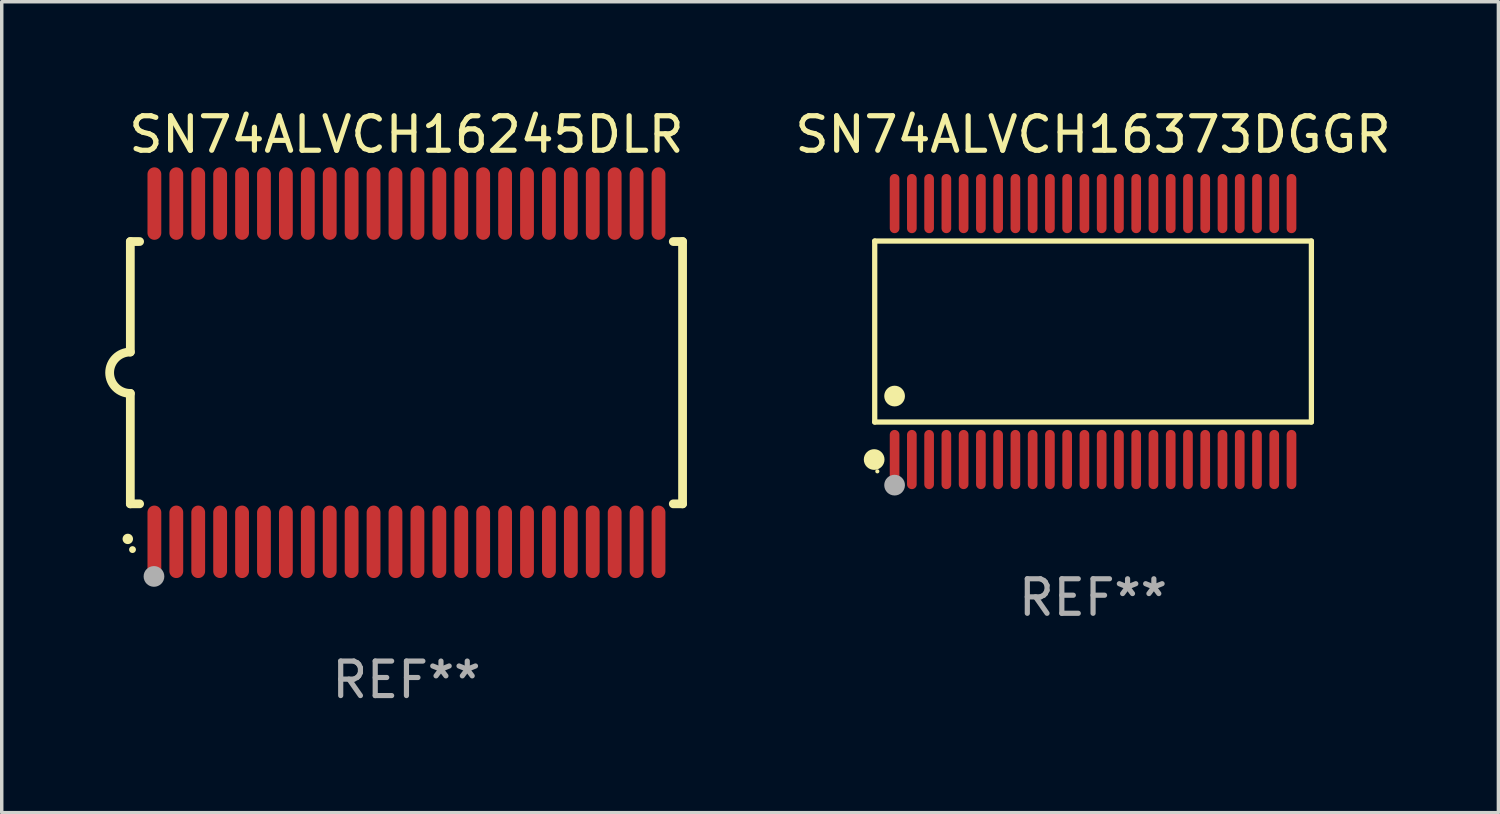
<source format=kicad_pcb>
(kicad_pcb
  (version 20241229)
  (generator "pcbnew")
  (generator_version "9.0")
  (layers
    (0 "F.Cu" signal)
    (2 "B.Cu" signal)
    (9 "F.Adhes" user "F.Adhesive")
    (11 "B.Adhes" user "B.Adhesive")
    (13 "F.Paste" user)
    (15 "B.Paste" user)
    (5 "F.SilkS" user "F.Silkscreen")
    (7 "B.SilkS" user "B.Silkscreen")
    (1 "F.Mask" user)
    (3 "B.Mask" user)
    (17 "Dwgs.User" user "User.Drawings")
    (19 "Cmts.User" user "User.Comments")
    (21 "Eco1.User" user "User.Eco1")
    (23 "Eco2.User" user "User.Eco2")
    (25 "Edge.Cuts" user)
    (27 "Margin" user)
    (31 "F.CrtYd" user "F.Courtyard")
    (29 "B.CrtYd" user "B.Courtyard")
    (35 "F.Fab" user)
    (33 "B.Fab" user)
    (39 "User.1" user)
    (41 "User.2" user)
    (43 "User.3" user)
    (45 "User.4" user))
  (footprint "SN74ALVCH16245DLR"
    (layer "F.Cu")
    (at 8.726 7.748)
    (property "Reference" "SN74ALVCH16245DLR" (at 0 -6.9 0) (layer "F.SilkS") (effects (font (size 1 1) (thickness 0.15))))
    (attr through_hole)
    (fp_line (start -8 -3.8) (end -8 -0.599) (stroke (width 0.254) (type solid)) (layer "F.SilkS"))
    (fp_line (start -8 -3.8) (end -7.731 -3.8) (stroke (width 0.254) (type solid)) (layer "F.SilkS"))
    (fp_line (start -8 3.8) (end -8 0.599) (stroke (width 0.254) (type solid)) (layer "F.SilkS"))
    (fp_line (start -7.731 3.8) (end -8 3.8) (stroke (width 0.254) (type solid)) (layer "F.SilkS"))
    (fp_line (start 7.731 -3.8) (end 8 -3.8) (stroke (width 0.254) (type solid)) (layer "F.SilkS"))
    (fp_line (start 8 -3.8) (end 8 3.8) (stroke (width 0.254) (type solid)) (layer "F.SilkS"))
    (fp_line (start 8 3.8) (end 7.731 3.8) (stroke (width 0.254) (type solid)) (layer "F.SilkS"))
    (fp_arc (start -8.074676 4.81585) (mid -8.073406 4.815845) (end -8.072136 4.81585) (stroke (width 0.3) (type solid)) (layer "F.SilkS"))
    (fp_arc (start -8.000025 0.6) (mid -8.598908 0.00056) (end -8.000027 -0.598882) (stroke (width 0.254001) (type solid)) (layer "F.SilkS"))
    (fp_circle (center -7.937 5.125) (end -7.887 5.125) (stroke (width 0.1) (type solid)) (fill no) (layer "F.SilkS"))
    (fp_circle (center -7.315 5.903) (end -7.165 5.903) (stroke (width 0.3) (type solid)) (fill no) (layer "F.Fab"))
    (fp_text user "REF**" (at 0 8.9 0) (layer "F.Fab") (effects (font (size 1 1) (thickness 0.15))))
    (pad "1" smd oval (at -7.303 4.9) (size 0.4 2.1) (layers "F.Cu" "F.Mask" "F.Paste"))
    (pad "2" smd oval (at -6.668 4.9) (size 0.4 2.1) (layers "F.Cu" "F.Mask" "F.Paste"))
    (pad "3" smd oval (at -6.033 4.9) (size 0.4 2.1) (layers "F.Cu" "F.Mask" "F.Paste"))
    (pad "4" smd oval (at -5.398 4.9) (size 0.4 2.1) (layers "F.Cu" "F.Mask" "F.Paste"))
    (pad "5" smd oval (at -4.763 4.9) (size 0.4 2.1) (layers "F.Cu" "F.Mask" "F.Paste"))
    (pad "6" smd oval (at -4.128 4.9) (size 0.4 2.1) (layers "F.Cu" "F.Mask" "F.Paste"))
    (pad "7" smd oval (at -3.493 4.9) (size 0.4 2.1) (layers "F.Cu" "F.Mask" "F.Paste"))
    (pad "8" smd oval (at -2.858 4.9) (size 0.4 2.1) (layers "F.Cu" "F.Mask" "F.Paste"))
    (pad "9" smd oval (at -2.223 4.9) (size 0.4 2.1) (layers "F.Cu" "F.Mask" "F.Paste"))
    (pad "10" smd oval (at -1.588 4.9) (size 0.4 2.1) (layers "F.Cu" "F.Mask" "F.Paste"))
    (pad "11" smd oval (at -0.953 4.9) (size 0.4 2.1) (layers "F.Cu" "F.Mask" "F.Paste"))
    (pad "12" smd oval (at -0.318 4.9) (size 0.4 2.1) (layers "F.Cu" "F.Mask" "F.Paste"))
    (pad "13" smd oval (at 0.318 4.9) (size 0.4 2.1) (layers "F.Cu" "F.Mask" "F.Paste"))
    (pad "14" smd oval (at 0.953 4.9) (size 0.4 2.1) (layers "F.Cu" "F.Mask" "F.Paste"))
    (pad "15" smd oval (at 1.588 4.9) (size 0.4 2.1) (layers "F.Cu" "F.Mask" "F.Paste"))
    (pad "16" smd oval (at 2.223 4.9) (size 0.4 2.1) (layers "F.Cu" "F.Mask" "F.Paste"))
    (pad "17" smd oval (at 2.858 4.9) (size 0.4 2.1) (layers "F.Cu" "F.Mask" "F.Paste"))
    (pad "18" smd oval (at 3.493 4.9) (size 0.4 2.1) (layers "F.Cu" "F.Mask" "F.Paste"))
    (pad "19" smd oval (at 4.128 4.9) (size 0.4 2.1) (layers "F.Cu" "F.Mask" "F.Paste"))
    (pad "20" smd oval (at 4.763 4.9) (size 0.4 2.1) (layers "F.Cu" "F.Mask" "F.Paste"))
    (pad "21" smd oval (at 5.398 4.9) (size 0.4 2.1) (layers "F.Cu" "F.Mask" "F.Paste"))
    (pad "22" smd oval (at 6.033 4.9) (size 0.4 2.1) (layers "F.Cu" "F.Mask" "F.Paste"))
    (pad "23" smd oval (at 6.668 4.9) (size 0.4 2.1) (layers "F.Cu" "F.Mask" "F.Paste"))
    (pad "24" smd oval (at 7.303 4.9) (size 0.4 2.1) (layers "F.Cu" "F.Mask" "F.Paste"))
    (pad "25" smd oval (at 7.303 -4.9 180) (size 0.4 2.1) (layers "F.Cu" "F.Mask" "F.Paste"))
    (pad "26" smd oval (at 6.668 -4.9 180) (size 0.4 2.1) (layers "F.Cu" "F.Mask" "F.Paste"))
    (pad "27" smd oval (at 6.033 -4.9 180) (size 0.4 2.1) (layers "F.Cu" "F.Mask" "F.Paste"))
    (pad "28" smd oval (at 5.398 -4.9 180) (size 0.4 2.1) (layers "F.Cu" "F.Mask" "F.Paste"))
    (pad "29" smd oval (at 4.763 -4.9 180) (size 0.4 2.1) (layers "F.Cu" "F.Mask" "F.Paste"))
    (pad "30" smd oval (at 4.128 -4.9 180) (size 0.4 2.1) (layers "F.Cu" "F.Mask" "F.Paste"))
    (pad "31" smd oval (at 3.493 -4.9 180) (size 0.4 2.1) (layers "F.Cu" "F.Mask" "F.Paste"))
    (pad "32" smd oval (at 2.858 -4.9 180) (size 0.4 2.1) (layers "F.Cu" "F.Mask" "F.Paste"))
    (pad "33" smd oval (at 2.223 -4.9 180) (size 0.4 2.1) (layers "F.Cu" "F.Mask" "F.Paste"))
    (pad "34" smd oval (at 1.588 -4.9 180) (size 0.4 2.1) (layers "F.Cu" "F.Mask" "F.Paste"))
    (pad "35" smd oval (at 0.953 -4.9 180) (size 0.4 2.1) (layers "F.Cu" "F.Mask" "F.Paste"))
    (pad "36" smd oval (at 0.318 -4.9 180) (size 0.4 2.1) (layers "F.Cu" "F.Mask" "F.Paste"))
    (pad "37" smd oval (at -0.318 -4.9 180) (size 0.4 2.1) (layers "F.Cu" "F.Mask" "F.Paste"))
    (pad "38" smd oval (at -0.953 -4.9 180) (size 0.4 2.1) (layers "F.Cu" "F.Mask" "F.Paste"))
    (pad "39" smd oval (at -1.588 -4.9 180) (size 0.4 2.1) (layers "F.Cu" "F.Mask" "F.Paste"))
    (pad "40" smd oval (at -2.223 -4.9 180) (size 0.4 2.1) (layers "F.Cu" "F.Mask" "F.Paste"))
    (pad "41" smd oval (at -2.858 -4.9 180) (size 0.4 2.1) (layers "F.Cu" "F.Mask" "F.Paste"))
    (pad "42" smd oval (at -3.493 -4.9 180) (size 0.4 2.1) (layers "F.Cu" "F.Mask" "F.Paste"))
    (pad "43" smd oval (at -4.128 -4.9 180) (size 0.4 2.1) (layers "F.Cu" "F.Mask" "F.Paste"))
    (pad "44" smd oval (at -4.763 -4.9 180) (size 0.4 2.1) (layers "F.Cu" "F.Mask" "F.Paste"))
    (pad "45" smd oval (at -5.398 -4.9 180) (size 0.4 2.1) (layers "F.Cu" "F.Mask" "F.Paste"))
    (pad "46" smd oval (at -6.033 -4.9 180) (size 0.4 2.1) (layers "F.Cu" "F.Mask" "F.Paste"))
    (pad "47" smd oval (at -6.668 -4.9 180) (size 0.4 2.1) (layers "F.Cu" "F.Mask" "F.Paste"))
    (pad "48" smd oval (at -7.303 -4.9 180) (size 0.4 2.1) (layers "F.Cu" "F.Mask" "F.Paste")))
  (footprint "SN74ALVCH16373DGGR"
    (layer "F.Cu")
    (at 28.619 6.556)
    (property "Reference" "SN74ALVCH16373DGGR" (at 0 -5.708 0) (layer "F.SilkS") (effects (font (size 1 1) (thickness 0.15))))
    (attr through_hole)
    (fp_line (start -6.326 -2.622) (end 6.326 -2.622) (stroke (width 0.152) (type solid)) (layer "F.SilkS"))
    (fp_line (start -6.326 2.621) (end -6.326 -2.622) (stroke (width 0.152) (type solid)) (layer "F.SilkS"))
    (fp_line (start 6.326 -2.622) (end 6.326 2.621) (stroke (width 0.152) (type solid)) (layer "F.SilkS"))
    (fp_line (start 6.326 2.621) (end -6.326 2.621) (stroke (width 0.152) (type solid)) (layer "F.SilkS"))
    (fp_circle (center -6.342 3.708) (end -6.192 3.708) (stroke (width 0.3) (type solid)) (fill no) (layer "F.SilkS"))
    (fp_circle (center -6.25 4.05) (end -6.22 4.05) (stroke (width 0.06) (type solid)) (fill no) (layer "F.SilkS"))
    (fp_circle (center -5.75 1.869) (end -5.6 1.869) (stroke (width 0.3) (type solid)) (fill no) (layer "F.SilkS"))
    (fp_circle (center -5.75 4.45) (end -5.6 4.45) (stroke (width 0.3) (type solid)) (fill no) (layer "F.Fab"))
    (fp_text user "REF**" (at 0 7.708 0) (layer "F.Fab") (effects (font (size 1 1) (thickness 0.15))))
    (pad "1" smd oval (at -5.75 3.708) (size 0.28 1.715) (layers "F.Cu" "F.Mask" "F.Paste"))
    (pad "2" smd oval (at -5.25 3.708) (size 0.28 1.715) (layers "F.Cu" "F.Mask" "F.Paste"))
    (pad "3" smd oval (at -4.75 3.708) (size 0.28 1.715) (layers "F.Cu" "F.Mask" "F.Paste"))
    (pad "4" smd oval (at -4.25 3.708) (size 0.28 1.715) (layers "F.Cu" "F.Mask" "F.Paste"))
    (pad "5" smd oval (at -3.75 3.708) (size 0.28 1.715) (layers "F.Cu" "F.Mask" "F.Paste"))
    (pad "6" smd oval (at -3.25 3.708) (size 0.28 1.715) (layers "F.Cu" "F.Mask" "F.Paste"))
    (pad "7" smd oval (at -2.75 3.708) (size 0.28 1.715) (layers "F.Cu" "F.Mask" "F.Paste"))
    (pad "8" smd oval (at -2.25 3.708) (size 0.28 1.715) (layers "F.Cu" "F.Mask" "F.Paste"))
    (pad "9" smd oval (at -1.75 3.708) (size 0.28 1.715) (layers "F.Cu" "F.Mask" "F.Paste"))
    (pad "10" smd oval (at -1.25 3.708) (size 0.28 1.715) (layers "F.Cu" "F.Mask" "F.Paste"))
    (pad "11" smd oval (at -0.75 3.708) (size 0.28 1.715) (layers "F.Cu" "F.Mask" "F.Paste"))
    (pad "12" smd oval (at -0.25 3.708) (size 0.28 1.715) (layers "F.Cu" "F.Mask" "F.Paste"))
    (pad "13" smd oval (at 0.25 3.708) (size 0.28 1.715) (layers "F.Cu" "F.Mask" "F.Paste"))
    (pad "14" smd oval (at 0.75 3.708) (size 0.28 1.715) (layers "F.Cu" "F.Mask" "F.Paste"))
    (pad "15" smd oval (at 1.25 3.708) (size 0.28 1.715) (layers "F.Cu" "F.Mask" "F.Paste"))
    (pad "16" smd oval (at 1.75 3.708) (size 0.28 1.715) (layers "F.Cu" "F.Mask" "F.Paste"))
    (pad "17" smd oval (at 2.25 3.708) (size 0.28 1.715) (layers "F.Cu" "F.Mask" "F.Paste"))
    (pad "18" smd oval (at 2.75 3.708) (size 0.28 1.715) (layers "F.Cu" "F.Mask" "F.Paste"))
    (pad "19" smd oval (at 3.25 3.708) (size 0.28 1.715) (layers "F.Cu" "F.Mask" "F.Paste"))
    (pad "20" smd oval (at 3.75 3.708) (size 0.28 1.715) (layers "F.Cu" "F.Mask" "F.Paste"))
    (pad "21" smd oval (at 4.25 3.708) (size 0.28 1.715) (layers "F.Cu" "F.Mask" "F.Paste"))
    (pad "22" smd oval (at 4.75 3.708) (size 0.28 1.715) (layers "F.Cu" "F.Mask" "F.Paste"))
    (pad "23" smd oval (at 5.25 3.708) (size 0.28 1.715) (layers "F.Cu" "F.Mask" "F.Paste"))
    (pad "24" smd oval (at 5.75 3.708) (size 0.28 1.715) (layers "F.Cu" "F.Mask" "F.Paste"))
    (pad "25" smd oval (at 5.75 -3.708) (size 0.28 1.715) (layers "F.Cu" "F.Mask" "F.Paste"))
    (pad "26" smd oval (at 5.25 -3.708) (size 0.28 1.715) (layers "F.Cu" "F.Mask" "F.Paste"))
    (pad "27" smd oval (at 4.75 -3.708) (size 0.28 1.715) (layers "F.Cu" "F.Mask" "F.Paste"))
    (pad "28" smd oval (at 4.25 -3.708) (size 0.28 1.715) (layers "F.Cu" "F.Mask" "F.Paste"))
    (pad "29" smd oval (at 3.75 -3.708) (size 0.28 1.715) (layers "F.Cu" "F.Mask" "F.Paste"))
    (pad "30" smd oval (at 3.25 -3.708) (size 0.28 1.715) (layers "F.Cu" "F.Mask" "F.Paste"))
    (pad "31" smd oval (at 2.75 -3.708) (size 0.28 1.715) (layers "F.Cu" "F.Mask" "F.Paste"))
    (pad "32" smd oval (at 2.25 -3.708) (size 0.28 1.715) (layers "F.Cu" "F.Mask" "F.Paste"))
    (pad "33" smd oval (at 1.75 -3.708) (size 0.28 1.715) (layers "F.Cu" "F.Mask" "F.Paste"))
    (pad "34" smd oval (at 1.25 -3.708) (size 0.28 1.715) (layers "F.Cu" "F.Mask" "F.Paste"))
    (pad "35" smd oval (at 0.75 -3.708) (size 0.28 1.715) (layers "F.Cu" "F.Mask" "F.Paste"))
    (pad "36" smd oval (at 0.25 -3.708) (size 0.28 1.715) (layers "F.Cu" "F.Mask" "F.Paste"))
    (pad "37" smd oval (at -0.25 -3.708) (size 0.28 1.715) (layers "F.Cu" "F.Mask" "F.Paste"))
    (pad "38" smd oval (at -0.75 -3.708) (size 0.28 1.715) (layers "F.Cu" "F.Mask" "F.Paste"))
    (pad "39" smd oval (at -1.25 -3.708) (size 0.28 1.715) (layers "F.Cu" "F.Mask" "F.Paste"))
    (pad "40" smd oval (at -1.75 -3.708) (size 0.28 1.715) (layers "F.Cu" "F.Mask" "F.Paste"))
    (pad "41" smd oval (at -2.25 -3.708) (size 0.28 1.715) (layers "F.Cu" "F.Mask" "F.Paste"))
    (pad "42" smd oval (at -2.75 -3.708) (size 0.28 1.715) (layers "F.Cu" "F.Mask" "F.Paste"))
    (pad "43" smd oval (at -3.25 -3.708) (size 0.28 1.715) (layers "F.Cu" "F.Mask" "F.Paste"))
    (pad "44" smd oval (at -3.75 -3.708) (size 0.28 1.715) (layers "F.Cu" "F.Mask" "F.Paste"))
    (pad "45" smd oval (at -4.25 -3.708) (size 0.28 1.715) (layers "F.Cu" "F.Mask" "F.Paste"))
    (pad "46" smd oval (at -4.75 -3.708) (size 0.28 1.715) (layers "F.Cu" "F.Mask" "F.Paste"))
    (pad "47" smd oval (at -5.25 -3.708) (size 0.28 1.715) (layers "F.Cu" "F.Mask" "F.Paste"))
    (pad "48" smd oval (at -5.75 -3.708) (size 0.28 1.715) (layers "F.Cu" "F.Mask" "F.Paste")))
  (gr_rect
    (start -3 -3)
    (end 40.363 20.496)
    (stroke (width 0.1) (type default))
    (fill no)
    (layer "Edge.Cuts")))
</source>
